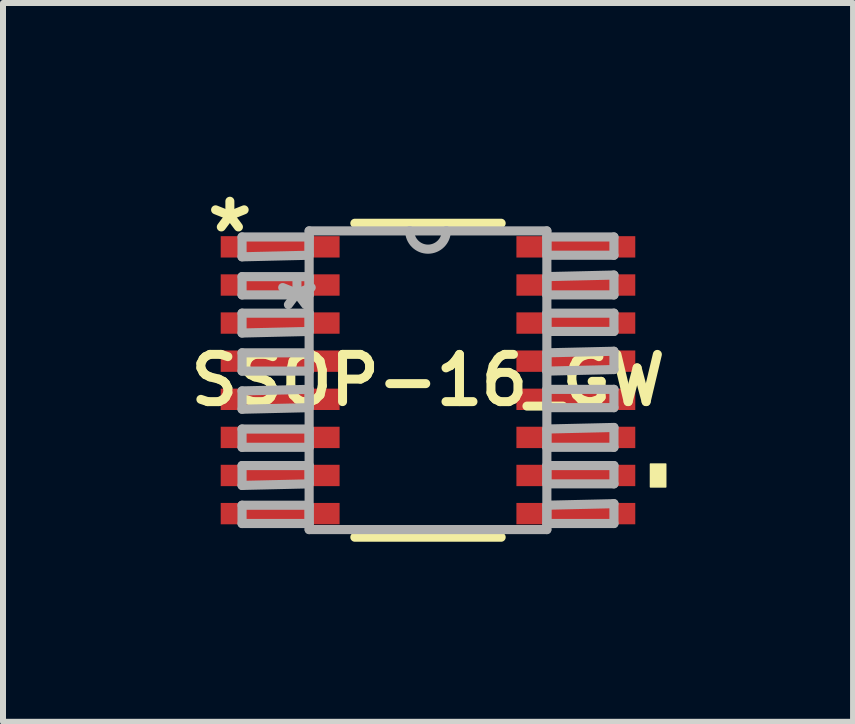
<source format=kicad_pcb>
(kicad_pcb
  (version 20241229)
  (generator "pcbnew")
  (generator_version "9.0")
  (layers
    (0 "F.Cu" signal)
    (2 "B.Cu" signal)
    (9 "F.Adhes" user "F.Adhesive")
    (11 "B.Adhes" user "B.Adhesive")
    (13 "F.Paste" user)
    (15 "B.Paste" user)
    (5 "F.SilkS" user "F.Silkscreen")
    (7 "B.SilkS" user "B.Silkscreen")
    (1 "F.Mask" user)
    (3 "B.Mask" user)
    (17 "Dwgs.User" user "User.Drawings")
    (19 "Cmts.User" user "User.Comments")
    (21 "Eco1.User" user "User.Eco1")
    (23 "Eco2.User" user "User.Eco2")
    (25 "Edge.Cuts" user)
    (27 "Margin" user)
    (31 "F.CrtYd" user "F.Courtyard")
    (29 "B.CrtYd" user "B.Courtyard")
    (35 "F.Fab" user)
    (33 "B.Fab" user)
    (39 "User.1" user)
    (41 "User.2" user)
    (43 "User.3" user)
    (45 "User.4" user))
  (footprint "SSOP-16_GW"
    (layer "F.Cu")
    (at 4.083 3.287)
    (property "Reference" "SSOP-16_GW" (at 0 0 0) (layer "F.SilkS") (effects (font (size 0.787 0.787) (thickness 0.15))))
    (attr smd)
    (fp_line (start -1.219 2.616) (end 1.219 2.616) (stroke (width 0.152) (type solid)) (layer "F.SilkS"))
    (fp_line (start 1.219 -2.616) (end -1.219 -2.616) (stroke (width 0.152) (type solid)) (layer "F.SilkS"))
    (fp_poly (pts (xy 3.962 1.397) (xy 3.962 1.778) (xy 3.708 1.778) (xy 3.708 1.397)) (stroke (width 0.025) (type solid)) (fill yes) (layer "F.SilkS"))
    (fp_line (start -3.099 -2.388) (end -3.099 -2.057) (stroke (width 0.152) (type solid)) (layer "F.Fab"))
    (fp_line (start -3.099 -2.057) (end -1.981 -2.083) (stroke (width 0.152) (type solid)) (layer "F.Fab"))
    (fp_line (start -3.099 -1.727) (end -3.099 -1.422) (stroke (width 0.152) (type solid)) (layer "F.Fab"))
    (fp_line (start -3.099 -1.422) (end -1.981 -1.422) (stroke (width 0.152) (type solid)) (layer "F.Fab"))
    (fp_line (start -3.099 -1.118) (end -3.099 -0.787) (stroke (width 0.152) (type solid)) (layer "F.Fab"))
    (fp_line (start -3.099 -0.787) (end -1.981 -0.813) (stroke (width 0.152) (type solid)) (layer "F.Fab"))
    (fp_line (start -3.099 -0.457) (end -3.099 -0.152) (stroke (width 0.152) (type solid)) (layer "F.Fab"))
    (fp_line (start -3.099 -0.152) (end -1.981 -0.152) (stroke (width 0.152) (type solid)) (layer "F.Fab"))
    (fp_line (start -3.099 0.178) (end -3.099 0.483) (stroke (width 0.152) (type solid)) (layer "F.Fab"))
    (fp_line (start -3.099 0.483) (end -1.981 0.457) (stroke (width 0.152) (type solid)) (layer "F.Fab"))
    (fp_line (start -3.099 0.813) (end -3.099 1.118) (stroke (width 0.152) (type solid)) (layer "F.Fab"))
    (fp_line (start -3.099 1.118) (end -1.981 1.118) (stroke (width 0.152) (type solid)) (layer "F.Fab"))
    (fp_line (start -3.099 1.422) (end -3.099 1.753) (stroke (width 0.152) (type solid)) (layer "F.Fab"))
    (fp_line (start -3.099 1.753) (end -1.981 1.727) (stroke (width 0.152) (type solid)) (layer "F.Fab"))
    (fp_line (start -3.099 2.083) (end -3.099 2.388) (stroke (width 0.152) (type solid)) (layer "F.Fab"))
    (fp_line (start -3.099 2.388) (end -1.981 2.388) (stroke (width 0.152) (type solid)) (layer "F.Fab"))
    (fp_line (start -1.981 -2.489) (end -1.981 2.489) (stroke (width 0.152) (type solid)) (layer "F.Fab"))
    (fp_line (start -1.981 -2.388) (end -3.099 -2.388) (stroke (width 0.152) (type solid)) (layer "F.Fab"))
    (fp_line (start -1.981 -2.083) (end -1.981 -2.388) (stroke (width 0.152) (type solid)) (layer "F.Fab"))
    (fp_line (start -1.981 -1.727) (end -3.099 -1.727) (stroke (width 0.152) (type solid)) (layer "F.Fab"))
    (fp_line (start -1.981 -1.422) (end -1.981 -1.727) (stroke (width 0.152) (type solid)) (layer "F.Fab"))
    (fp_line (start -1.981 -1.118) (end -3.099 -1.118) (stroke (width 0.152) (type solid)) (layer "F.Fab"))
    (fp_line (start -1.981 -0.813) (end -1.981 -1.118) (stroke (width 0.152) (type solid)) (layer "F.Fab"))
    (fp_line (start -1.981 -0.457) (end -3.099 -0.457) (stroke (width 0.152) (type solid)) (layer "F.Fab"))
    (fp_line (start -1.981 -0.152) (end -1.981 -0.457) (stroke (width 0.152) (type solid)) (layer "F.Fab"))
    (fp_line (start -1.981 0.152) (end -3.099 0.178) (stroke (width 0.152) (type solid)) (layer "F.Fab"))
    (fp_line (start -1.981 0.457) (end -1.981 0.152) (stroke (width 0.152) (type solid)) (layer "F.Fab"))
    (fp_line (start -1.981 0.813) (end -3.099 0.813) (stroke (width 0.152) (type solid)) (layer "F.Fab"))
    (fp_line (start -1.981 1.118) (end -1.981 0.813) (stroke (width 0.152) (type solid)) (layer "F.Fab"))
    (fp_line (start -1.981 1.422) (end -3.099 1.422) (stroke (width 0.152) (type solid)) (layer "F.Fab"))
    (fp_line (start -1.981 1.727) (end -1.981 1.422) (stroke (width 0.152) (type solid)) (layer "F.Fab"))
    (fp_line (start -1.981 2.083) (end -3.099 2.083) (stroke (width 0.152) (type solid)) (layer "F.Fab"))
    (fp_line (start -1.981 2.388) (end -1.981 2.083) (stroke (width 0.152) (type solid)) (layer "F.Fab"))
    (fp_line (start -1.981 2.489) (end 1.981 2.489) (stroke (width 0.152) (type solid)) (layer "F.Fab"))
    (fp_line (start -0.305 -2.489) (end -1.981 -2.489) (stroke (width 0.152) (type solid)) (layer "F.Fab"))
    (fp_line (start 0.305 -2.489) (end -0.305 -2.489) (stroke (width 0.152) (type solid)) (layer "F.Fab"))
    (fp_line (start 1.981 -2.489) (end 0.305 -2.489) (stroke (width 0.152) (type solid)) (layer "F.Fab"))
    (fp_line (start 1.981 -2.388) (end 1.981 -2.083) (stroke (width 0.152) (type solid)) (layer "F.Fab"))
    (fp_line (start 1.981 -2.083) (end 3.099 -2.083) (stroke (width 0.152) (type solid)) (layer "F.Fab"))
    (fp_line (start 1.981 -1.727) (end 1.981 -1.422) (stroke (width 0.152) (type solid)) (layer "F.Fab"))
    (fp_line (start 1.981 -1.422) (end 3.099 -1.422) (stroke (width 0.152) (type solid)) (layer "F.Fab"))
    (fp_line (start 1.981 -1.118) (end 1.981 -0.813) (stroke (width 0.152) (type solid)) (layer "F.Fab"))
    (fp_line (start 1.981 -0.813) (end 3.099 -0.813) (stroke (width 0.152) (type solid)) (layer "F.Fab"))
    (fp_line (start 1.981 -0.457) (end 1.981 -0.152) (stroke (width 0.152) (type solid)) (layer "F.Fab"))
    (fp_line (start 1.981 -0.152) (end 3.099 -0.178) (stroke (width 0.152) (type solid)) (layer "F.Fab"))
    (fp_line (start 1.981 0.152) (end 1.981 0.457) (stroke (width 0.152) (type solid)) (layer "F.Fab"))
    (fp_line (start 1.981 0.457) (end 3.099 0.457) (stroke (width 0.152) (type solid)) (layer "F.Fab"))
    (fp_line (start 1.981 0.813) (end 1.981 1.118) (stroke (width 0.152) (type solid)) (layer "F.Fab"))
    (fp_line (start 1.981 1.118) (end 3.099 1.118) (stroke (width 0.152) (type solid)) (layer "F.Fab"))
    (fp_line (start 1.981 1.422) (end 1.981 1.727) (stroke (width 0.152) (type solid)) (layer "F.Fab"))
    (fp_line (start 1.981 1.727) (end 3.099 1.727) (stroke (width 0.152) (type solid)) (layer "F.Fab"))
    (fp_line (start 1.981 2.083) (end 1.981 2.388) (stroke (width 0.152) (type solid)) (layer "F.Fab"))
    (fp_line (start 1.981 2.388) (end 3.099 2.388) (stroke (width 0.152) (type solid)) (layer "F.Fab"))
    (fp_line (start 1.981 2.489) (end 1.981 -2.489) (stroke (width 0.152) (type solid)) (layer "F.Fab"))
    (fp_line (start 3.099 -2.388) (end 1.981 -2.388) (stroke (width 0.152) (type solid)) (layer "F.Fab"))
    (fp_line (start 3.099 -2.083) (end 3.099 -2.388) (stroke (width 0.152) (type solid)) (layer "F.Fab"))
    (fp_line (start 3.099 -1.753) (end 1.981 -1.727) (stroke (width 0.152) (type solid)) (layer "F.Fab"))
    (fp_line (start 3.099 -1.422) (end 3.099 -1.753) (stroke (width 0.152) (type solid)) (layer "F.Fab"))
    (fp_line (start 3.099 -1.118) (end 1.981 -1.118) (stroke (width 0.152) (type solid)) (layer "F.Fab"))
    (fp_line (start 3.099 -0.813) (end 3.099 -1.118) (stroke (width 0.152) (type solid)) (layer "F.Fab"))
    (fp_line (start 3.099 -0.483) (end 1.981 -0.457) (stroke (width 0.152) (type solid)) (layer "F.Fab"))
    (fp_line (start 3.099 -0.178) (end 3.099 -0.483) (stroke (width 0.152) (type solid)) (layer "F.Fab"))
    (fp_line (start 3.099 0.152) (end 1.981 0.152) (stroke (width 0.152) (type solid)) (layer "F.Fab"))
    (fp_line (start 3.099 0.457) (end 3.099 0.152) (stroke (width 0.152) (type solid)) (layer "F.Fab"))
    (fp_line (start 3.099 0.787) (end 1.981 0.813) (stroke (width 0.152) (type solid)) (layer "F.Fab"))
    (fp_line (start 3.099 1.118) (end 3.099 0.787) (stroke (width 0.152) (type solid)) (layer "F.Fab"))
    (fp_line (start 3.099 1.422) (end 1.981 1.422) (stroke (width 0.152) (type solid)) (layer "F.Fab"))
    (fp_line (start 3.099 1.727) (end 3.099 1.422) (stroke (width 0.152) (type solid)) (layer "F.Fab"))
    (fp_line (start 3.099 2.057) (end 1.981 2.083) (stroke (width 0.152) (type solid)) (layer "F.Fab"))
    (fp_line (start 3.099 2.388) (end 3.099 2.057) (stroke (width 0.152) (type solid)) (layer "F.Fab"))
    (fp_arc (start 0.3048 -2.4892) (mid 0 -2.1844) (end -0.3048 -2.4892) (stroke (width 0.1524) (type solid)) (layer "F.Fab"))
    (fp_text user "*" (at -3.302 -2.438 0) (layer "F.SilkS") (effects (font (size 1 1) (thickness 0.15))))
    (fp_text user "*" (at -2.184 -1.143 0) (layer "F.Fab") (effects (font (size 1 1) (thickness 0.15))))
    (pad "1" smd rect (at -2.464 -2.223) (size 1.981 0.356) (layers "F.Cu" "F.Mask" "F.Paste"))
    (pad "2" smd rect (at -2.464 -1.587) (size 1.981 0.356) (layers "F.Cu" "F.Mask" "F.Paste"))
    (pad "3" smd rect (at -2.464 -0.953) (size 1.981 0.356) (layers "F.Cu" "F.Mask" "F.Paste"))
    (pad "4" smd rect (at -2.464 -0.318) (size 1.981 0.356) (layers "F.Cu" "F.Mask" "F.Paste"))
    (pad "5" smd rect (at -2.464 0.318) (size 1.981 0.356) (layers "F.Cu" "F.Mask" "F.Paste"))
    (pad "6" smd rect (at -2.464 0.953) (size 1.981 0.356) (layers "F.Cu" "F.Mask" "F.Paste"))
    (pad "7" smd rect (at -2.464 1.587) (size 1.981 0.356) (layers "F.Cu" "F.Mask" "F.Paste"))
    (pad "8" smd rect (at -2.464 2.223) (size 1.981 0.356) (layers "F.Cu" "F.Mask" "F.Paste"))
    (pad "9" smd rect (at 2.464 2.223) (size 1.981 0.356) (layers "F.Cu" "F.Mask" "F.Paste"))
    (pad "10" smd rect (at 2.464 1.587) (size 1.981 0.356) (layers "F.Cu" "F.Mask" "F.Paste"))
    (pad "11" smd rect (at 2.464 0.953) (size 1.981 0.356) (layers "F.Cu" "F.Mask" "F.Paste"))
    (pad "12" smd rect (at 2.464 0.318) (size 1.981 0.356) (layers "F.Cu" "F.Mask" "F.Paste"))
    (pad "13" smd rect (at 2.464 -0.318) (size 1.981 0.356) (layers "F.Cu" "F.Mask" "F.Paste"))
    (pad "14" smd rect (at 2.464 -0.953) (size 1.981 0.356) (layers "F.Cu" "F.Mask" "F.Paste"))
    (pad "15" smd rect (at 2.464 -1.587) (size 1.981 0.356) (layers "F.Cu" "F.Mask" "F.Paste"))
    (pad "16" smd rect (at 2.464 -2.223) (size 1.981 0.356) (layers "F.Cu" "F.Mask" "F.Paste")))
  (gr_rect
    (start -3 -3)
    (end 11.167 8.979)
    (stroke (width 0.1) (type default))
    (fill no)
    (layer "Edge.Cuts")))
</source>
